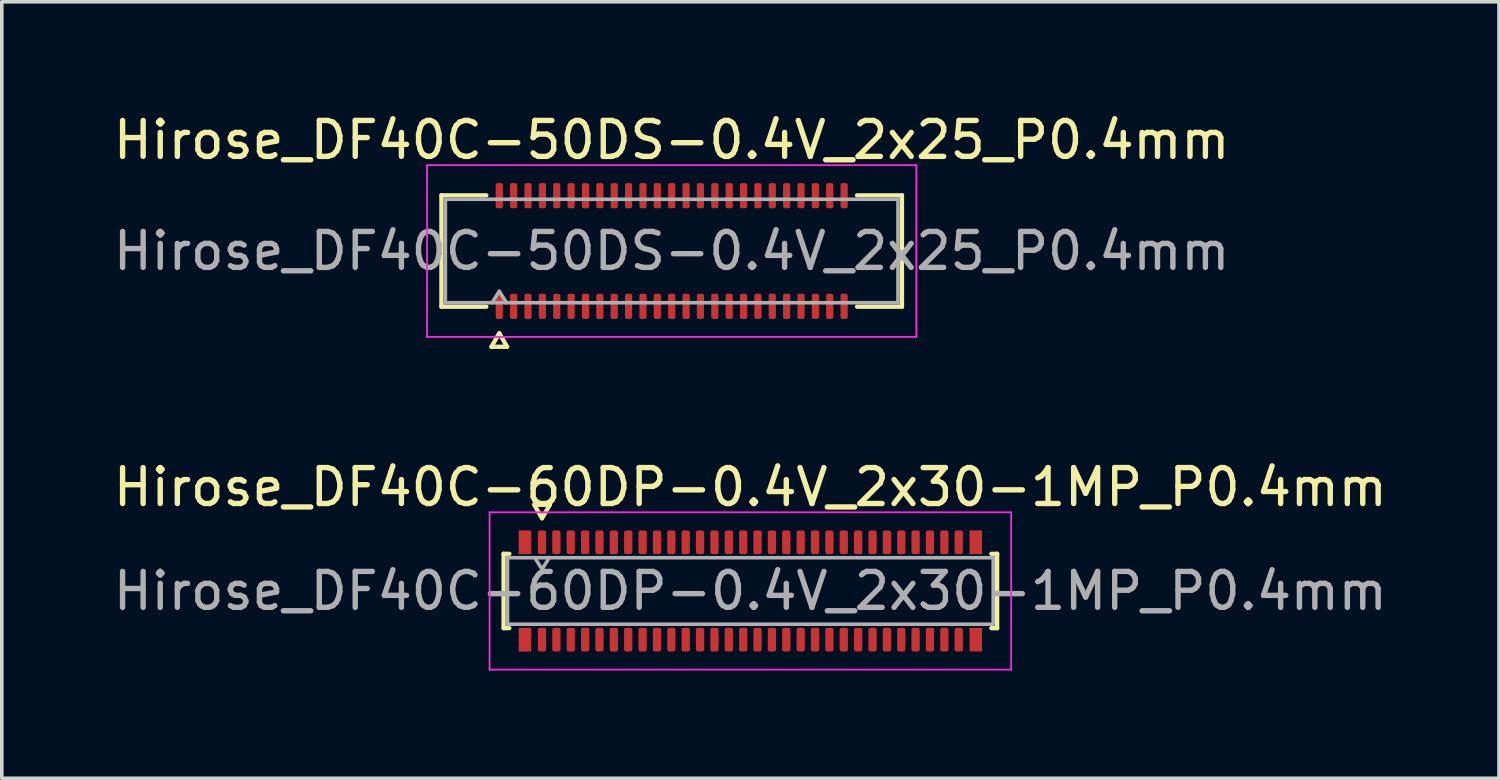
<source format=kicad_pcb>
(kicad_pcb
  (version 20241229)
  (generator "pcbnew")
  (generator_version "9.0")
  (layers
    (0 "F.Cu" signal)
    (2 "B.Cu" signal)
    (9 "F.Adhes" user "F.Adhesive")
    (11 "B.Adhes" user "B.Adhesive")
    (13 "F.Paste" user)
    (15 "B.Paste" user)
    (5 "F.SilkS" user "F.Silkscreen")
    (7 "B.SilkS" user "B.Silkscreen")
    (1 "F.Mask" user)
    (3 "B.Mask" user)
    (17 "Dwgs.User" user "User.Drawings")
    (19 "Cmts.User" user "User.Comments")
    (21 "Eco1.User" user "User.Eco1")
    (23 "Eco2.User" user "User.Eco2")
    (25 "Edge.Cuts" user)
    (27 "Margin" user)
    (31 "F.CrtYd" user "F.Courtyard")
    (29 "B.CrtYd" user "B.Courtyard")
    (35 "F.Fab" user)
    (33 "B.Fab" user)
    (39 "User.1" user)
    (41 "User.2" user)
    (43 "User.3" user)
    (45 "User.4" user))
  (footprint "Hirose_DF40C-50DS-0.4V_2x25_P0.4mm"
    (layer "F.Cu")
    (at 15.649 3.938)
    (property "Reference" "Hirose_DF40C-50DS-0.4V_2x25_P0.4mm" (at 0 -3.09 0) (layer "F.SilkS") (effects (font (size 1 1) (thickness 0.15))))
    (attr smd)
    (fp_line (start -6.41 -1.55) (end -5.16 -1.55) (stroke (width 0.12) (type solid)) (layer "F.SilkS"))
    (fp_line (start -6.41 1.55) (end -6.41 -1.55) (stroke (width 0.12) (type solid)) (layer "F.SilkS"))
    (fp_line (start -5.16 1.55) (end -6.41 1.55) (stroke (width 0.12) (type solid)) (layer "F.SilkS"))
    (fp_line (start -5.017 2.665) (end -4.8 2.29) (stroke (width 0.12) (type solid)) (layer "F.SilkS"))
    (fp_line (start -4.8 2.29) (end -4.583 2.665) (stroke (width 0.12) (type solid)) (layer "F.SilkS"))
    (fp_line (start -4.583 2.665) (end -5.017 2.665) (stroke (width 0.12) (type solid)) (layer "F.SilkS"))
    (fp_line (start 5.16 -1.55) (end 6.41 -1.55) (stroke (width 0.12) (type solid)) (layer "F.SilkS"))
    (fp_line (start 6.41 -1.55) (end 6.41 1.55) (stroke (width 0.12) (type solid)) (layer "F.SilkS"))
    (fp_line (start 6.41 1.55) (end 5.16 1.55) (stroke (width 0.12) (type solid)) (layer "F.SilkS"))
    (fp_line (start -6.81 -2.39) (end -6.81 2.39) (stroke (width 0.05) (type solid)) (layer "F.CrtYd"))
    (fp_line (start -6.81 2.39) (end 6.81 2.39) (stroke (width 0.05) (type solid)) (layer "F.CrtYd"))
    (fp_line (start 6.81 -2.39) (end -6.81 -2.39) (stroke (width 0.05) (type solid)) (layer "F.CrtYd"))
    (fp_line (start 6.81 2.39) (end 6.81 -2.39) (stroke (width 0.05) (type solid)) (layer "F.CrtYd"))
    (fp_line (start -6.3 -1.44) (end 6.3 -1.44) (stroke (width 0.1) (type solid)) (layer "F.Fab"))
    (fp_line (start -6.3 1.44) (end -6.3 -1.44) (stroke (width 0.1) (type solid)) (layer "F.Fab"))
    (fp_line (start -5 1.44) (end -4.8 1.12) (stroke (width 0.1) (type solid)) (layer "F.Fab"))
    (fp_line (start -4.8 1.12) (end -4.6 1.44) (stroke (width 0.1) (type solid)) (layer "F.Fab"))
    (fp_line (start 6.3 -1.44) (end 6.3 1.44) (stroke (width 0.1) (type solid)) (layer "F.Fab"))
    (fp_line (start 6.3 1.44) (end -6.3 1.44) (stroke (width 0.1) (type solid)) (layer "F.Fab"))
    (fp_text user "${REFERENCE}" (at 0 0 0) (layer "F.Fab") (effects (font (size 1 1) (thickness 0.15))))
    (pad "1" smd roundrect (at -4.8 1.54) (size 0.2 0.7) (layers "F.Cu" "F.Mask" "F.Paste") (roundrect_rratio 0.25))
    (pad "2" smd roundrect (at -4.8 -1.54) (size 0.2 0.7) (layers "F.Cu" "F.Mask" "F.Paste") (roundrect_rratio 0.25))
    (pad "3" smd roundrect (at -4.4 1.54) (size 0.2 0.7) (layers "F.Cu" "F.Mask" "F.Paste") (roundrect_rratio 0.25))
    (pad "4" smd roundrect (at -4.4 -1.54) (size 0.2 0.7) (layers "F.Cu" "F.Mask" "F.Paste") (roundrect_rratio 0.25))
    (pad "5" smd roundrect (at -4 1.54) (size 0.2 0.7) (layers "F.Cu" "F.Mask" "F.Paste") (roundrect_rratio 0.25))
    (pad "6" smd roundrect (at -4 -1.54) (size 0.2 0.7) (layers "F.Cu" "F.Mask" "F.Paste") (roundrect_rratio 0.25))
    (pad "7" smd roundrect (at -3.6 1.54) (size 0.2 0.7) (layers "F.Cu" "F.Mask" "F.Paste") (roundrect_rratio 0.25))
    (pad "8" smd roundrect (at -3.6 -1.54) (size 0.2 0.7) (layers "F.Cu" "F.Mask" "F.Paste") (roundrect_rratio 0.25))
    (pad "9" smd roundrect (at -3.2 1.54) (size 0.2 0.7) (layers "F.Cu" "F.Mask" "F.Paste") (roundrect_rratio 0.25))
    (pad "10" smd roundrect (at -3.2 -1.54) (size 0.2 0.7) (layers "F.Cu" "F.Mask" "F.Paste") (roundrect_rratio 0.25))
    (pad "11" smd roundrect (at -2.8 1.54) (size 0.2 0.7) (layers "F.Cu" "F.Mask" "F.Paste") (roundrect_rratio 0.25))
    (pad "12" smd roundrect (at -2.8 -1.54) (size 0.2 0.7) (layers "F.Cu" "F.Mask" "F.Paste") (roundrect_rratio 0.25))
    (pad "13" smd roundrect (at -2.4 1.54) (size 0.2 0.7) (layers "F.Cu" "F.Mask" "F.Paste") (roundrect_rratio 0.25))
    (pad "14" smd roundrect (at -2.4 -1.54) (size 0.2 0.7) (layers "F.Cu" "F.Mask" "F.Paste") (roundrect_rratio 0.25))
    (pad "15" smd roundrect (at -2 1.54) (size 0.2 0.7) (layers "F.Cu" "F.Mask" "F.Paste") (roundrect_rratio 0.25))
    (pad "16" smd roundrect (at -2 -1.54) (size 0.2 0.7) (layers "F.Cu" "F.Mask" "F.Paste") (roundrect_rratio 0.25))
    (pad "17" smd roundrect (at -1.6 1.54) (size 0.2 0.7) (layers "F.Cu" "F.Mask" "F.Paste") (roundrect_rratio 0.25))
    (pad "18" smd roundrect (at -1.6 -1.54) (size 0.2 0.7) (layers "F.Cu" "F.Mask" "F.Paste") (roundrect_rratio 0.25))
    (pad "19" smd roundrect (at -1.2 1.54) (size 0.2 0.7) (layers "F.Cu" "F.Mask" "F.Paste") (roundrect_rratio 0.25))
    (pad "20" smd roundrect (at -1.2 -1.54) (size 0.2 0.7) (layers "F.Cu" "F.Mask" "F.Paste") (roundrect_rratio 0.25))
    (pad "21" smd roundrect (at -0.8 1.54) (size 0.2 0.7) (layers "F.Cu" "F.Mask" "F.Paste") (roundrect_rratio 0.25))
    (pad "22" smd roundrect (at -0.8 -1.54) (size 0.2 0.7) (layers "F.Cu" "F.Mask" "F.Paste") (roundrect_rratio 0.25))
    (pad "23" smd roundrect (at -0.4 1.54) (size 0.2 0.7) (layers "F.Cu" "F.Mask" "F.Paste") (roundrect_rratio 0.25))
    (pad "24" smd roundrect (at -0.4 -1.54) (size 0.2 0.7) (layers "F.Cu" "F.Mask" "F.Paste") (roundrect_rratio 0.25))
    (pad "25" smd roundrect (at 0 1.54) (size 0.2 0.7) (layers "F.Cu" "F.Mask" "F.Paste") (roundrect_rratio 0.25))
    (pad "26" smd roundrect (at 0 -1.54) (size 0.2 0.7) (layers "F.Cu" "F.Mask" "F.Paste") (roundrect_rratio 0.25))
    (pad "27" smd roundrect (at 0.4 1.54) (size 0.2 0.7) (layers "F.Cu" "F.Mask" "F.Paste") (roundrect_rratio 0.25))
    (pad "28" smd roundrect (at 0.4 -1.54) (size 0.2 0.7) (layers "F.Cu" "F.Mask" "F.Paste") (roundrect_rratio 0.25))
    (pad "29" smd roundrect (at 0.8 1.54) (size 0.2 0.7) (layers "F.Cu" "F.Mask" "F.Paste") (roundrect_rratio 0.25))
    (pad "30" smd roundrect (at 0.8 -1.54) (size 0.2 0.7) (layers "F.Cu" "F.Mask" "F.Paste") (roundrect_rratio 0.25))
    (pad "31" smd roundrect (at 1.2 1.54) (size 0.2 0.7) (layers "F.Cu" "F.Mask" "F.Paste") (roundrect_rratio 0.25))
    (pad "32" smd roundrect (at 1.2 -1.54) (size 0.2 0.7) (layers "F.Cu" "F.Mask" "F.Paste") (roundrect_rratio 0.25))
    (pad "33" smd roundrect (at 1.6 1.54) (size 0.2 0.7) (layers "F.Cu" "F.Mask" "F.Paste") (roundrect_rratio 0.25))
    (pad "34" smd roundrect (at 1.6 -1.54) (size 0.2 0.7) (layers "F.Cu" "F.Mask" "F.Paste") (roundrect_rratio 0.25))
    (pad "35" smd roundrect (at 2 1.54) (size 0.2 0.7) (layers "F.Cu" "F.Mask" "F.Paste") (roundrect_rratio 0.25))
    (pad "36" smd roundrect (at 2 -1.54) (size 0.2 0.7) (layers "F.Cu" "F.Mask" "F.Paste") (roundrect_rratio 0.25))
    (pad "37" smd roundrect (at 2.4 1.54) (size 0.2 0.7) (layers "F.Cu" "F.Mask" "F.Paste") (roundrect_rratio 0.25))
    (pad "38" smd roundrect (at 2.4 -1.54) (size 0.2 0.7) (layers "F.Cu" "F.Mask" "F.Paste") (roundrect_rratio 0.25))
    (pad "39" smd roundrect (at 2.8 1.54) (size 0.2 0.7) (layers "F.Cu" "F.Mask" "F.Paste") (roundrect_rratio 0.25))
    (pad "40" smd roundrect (at 2.8 -1.54) (size 0.2 0.7) (layers "F.Cu" "F.Mask" "F.Paste") (roundrect_rratio 0.25))
    (pad "41" smd roundrect (at 3.2 1.54) (size 0.2 0.7) (layers "F.Cu" "F.Mask" "F.Paste") (roundrect_rratio 0.25))
    (pad "42" smd roundrect (at 3.2 -1.54) (size 0.2 0.7) (layers "F.Cu" "F.Mask" "F.Paste") (roundrect_rratio 0.25))
    (pad "43" smd roundrect (at 3.6 1.54) (size 0.2 0.7) (layers "F.Cu" "F.Mask" "F.Paste") (roundrect_rratio 0.25))
    (pad "44" smd roundrect (at 3.6 -1.54) (size 0.2 0.7) (layers "F.Cu" "F.Mask" "F.Paste") (roundrect_rratio 0.25))
    (pad "45" smd roundrect (at 4 1.54) (size 0.2 0.7) (layers "F.Cu" "F.Mask" "F.Paste") (roundrect_rratio 0.25))
    (pad "46" smd roundrect (at 4 -1.54) (size 0.2 0.7) (layers "F.Cu" "F.Mask" "F.Paste") (roundrect_rratio 0.25))
    (pad "47" smd roundrect (at 4.4 1.54) (size 0.2 0.7) (layers "F.Cu" "F.Mask" "F.Paste") (roundrect_rratio 0.25))
    (pad "48" smd roundrect (at 4.4 -1.54) (size 0.2 0.7) (layers "F.Cu" "F.Mask" "F.Paste") (roundrect_rratio 0.25))
    (pad "49" smd roundrect (at 4.8 1.54) (size 0.2 0.7) (layers "F.Cu" "F.Mask" "F.Paste") (roundrect_rratio 0.25))
    (pad "50" smd roundrect (at 4.8 -1.54) (size 0.2 0.7) (layers "F.Cu" "F.Mask" "F.Paste") (roundrect_rratio 0.25)))
  (footprint "Hirose_DF40C-60DP-0.4V_2x30-1MP_P0.4mm"
    (layer "F.Cu")
    (at 17.839 13.402)
    (property "Reference" "Hirose_DF40C-60DP-0.4V_2x30-1MP_P0.4mm" (at 0 -2.89 0) (layer "F.SilkS") (effects (font (size 1 1) (thickness 0.15))))
    (attr smd)
    (fp_line (start -6.87 -1.035) (end -6.71 -1.035) (stroke (width 0.12) (type solid)) (layer "F.SilkS"))
    (fp_line (start -6.87 1.035) (end -6.87 -1.035) (stroke (width 0.12) (type solid)) (layer "F.SilkS"))
    (fp_line (start -6.71 1.035) (end -6.87 1.035) (stroke (width 0.12) (type solid)) (layer "F.SilkS"))
    (fp_line (start -6.017 -2.4) (end -5.8 -2.025) (stroke (width 0.12) (type solid)) (layer "F.SilkS"))
    (fp_line (start -5.8 -2.025) (end -5.583 -2.4) (stroke (width 0.12) (type solid)) (layer "F.SilkS"))
    (fp_line (start -5.583 -2.4) (end -6.017 -2.4) (stroke (width 0.12) (type solid)) (layer "F.SilkS"))
    (fp_line (start 6.71 -1.035) (end 6.87 -1.035) (stroke (width 0.12) (type solid)) (layer "F.SilkS"))
    (fp_line (start 6.87 -1.035) (end 6.87 1.035) (stroke (width 0.12) (type solid)) (layer "F.SilkS"))
    (fp_line (start 6.87 1.035) (end 6.71 1.035) (stroke (width 0.12) (type solid)) (layer "F.SilkS"))
    (fp_line (start -7.26 -2.19) (end -7.26 2.19) (stroke (width 0.05) (type solid)) (layer "F.CrtYd"))
    (fp_line (start -7.26 2.19) (end 7.26 2.19) (stroke (width 0.05) (type solid)) (layer "F.CrtYd"))
    (fp_line (start 7.26 -2.19) (end -7.26 -2.19) (stroke (width 0.05) (type solid)) (layer "F.CrtYd"))
    (fp_line (start 7.26 2.19) (end 7.26 -2.19) (stroke (width 0.05) (type solid)) (layer "F.CrtYd"))
    (fp_line (start -6.76 -0.925) (end 6.76 -0.925) (stroke (width 0.1) (type solid)) (layer "F.Fab"))
    (fp_line (start -6.76 0.925) (end -6.76 -0.925) (stroke (width 0.1) (type solid)) (layer "F.Fab"))
    (fp_line (start -6 -0.925) (end -5.8 -0.605) (stroke (width 0.1) (type solid)) (layer "F.Fab"))
    (fp_line (start -5.8 -0.605) (end -5.6 -0.925) (stroke (width 0.1) (type solid)) (layer "F.Fab"))
    (fp_line (start 6.76 -0.925) (end 6.76 0.925) (stroke (width 0.1) (type solid)) (layer "F.Fab"))
    (fp_line (start 6.76 0.925) (end -6.76 0.925) (stroke (width 0.1) (type solid)) (layer "F.Fab"))
    (fp_text user "${REFERENCE}" (at 0 0 0) (layer "F.Fab") (effects (font (size 1 1) (thickness 0.15))))
    (pad "1" smd roundrect (at -5.8 -1.355) (size 0.23 0.66) (layers "F.Cu" "F.Mask" "F.Paste") (roundrect_rratio 0.25))
    (pad "2" smd roundrect (at -5.8 1.355) (size 0.23 0.66) (layers "F.Cu" "F.Mask" "F.Paste") (roundrect_rratio 0.25))
    (pad "3" smd roundrect (at -5.4 -1.355) (size 0.23 0.66) (layers "F.Cu" "F.Mask" "F.Paste") (roundrect_rratio 0.25))
    (pad "4" smd roundrect (at -5.4 1.355) (size 0.23 0.66) (layers "F.Cu" "F.Mask" "F.Paste") (roundrect_rratio 0.25))
    (pad "5" smd roundrect (at -5 -1.355) (size 0.23 0.66) (layers "F.Cu" "F.Mask" "F.Paste") (roundrect_rratio 0.25))
    (pad "6" smd roundrect (at -5 1.355) (size 0.23 0.66) (layers "F.Cu" "F.Mask" "F.Paste") (roundrect_rratio 0.25))
    (pad "7" smd roundrect (at -4.6 -1.355) (size 0.23 0.66) (layers "F.Cu" "F.Mask" "F.Paste") (roundrect_rratio 0.25))
    (pad "8" smd roundrect (at -4.6 1.355) (size 0.23 0.66) (layers "F.Cu" "F.Mask" "F.Paste") (roundrect_rratio 0.25))
    (pad "9" smd roundrect (at -4.2 -1.355) (size 0.23 0.66) (layers "F.Cu" "F.Mask" "F.Paste") (roundrect_rratio 0.25))
    (pad "10" smd roundrect (at -4.2 1.355) (size 0.23 0.66) (layers "F.Cu" "F.Mask" "F.Paste") (roundrect_rratio 0.25))
    (pad "11" smd roundrect (at -3.8 -1.355) (size 0.23 0.66) (layers "F.Cu" "F.Mask" "F.Paste") (roundrect_rratio 0.25))
    (pad "12" smd roundrect (at -3.8 1.355) (size 0.23 0.66) (layers "F.Cu" "F.Mask" "F.Paste") (roundrect_rratio 0.25))
    (pad "13" smd roundrect (at -3.4 -1.355) (size 0.23 0.66) (layers "F.Cu" "F.Mask" "F.Paste") (roundrect_rratio 0.25))
    (pad "14" smd roundrect (at -3.4 1.355) (size 0.23 0.66) (layers "F.Cu" "F.Mask" "F.Paste") (roundrect_rratio 0.25))
    (pad "15" smd roundrect (at -3 -1.355) (size 0.23 0.66) (layers "F.Cu" "F.Mask" "F.Paste") (roundrect_rratio 0.25))
    (pad "16" smd roundrect (at -3 1.355) (size 0.23 0.66) (layers "F.Cu" "F.Mask" "F.Paste") (roundrect_rratio 0.25))
    (pad "17" smd roundrect (at -2.6 -1.355) (size 0.23 0.66) (layers "F.Cu" "F.Mask" "F.Paste") (roundrect_rratio 0.25))
    (pad "18" smd roundrect (at -2.6 1.355) (size 0.23 0.66) (layers "F.Cu" "F.Mask" "F.Paste") (roundrect_rratio 0.25))
    (pad "19" smd roundrect (at -2.2 -1.355) (size 0.23 0.66) (layers "F.Cu" "F.Mask" "F.Paste") (roundrect_rratio 0.25))
    (pad "20" smd roundrect (at -2.2 1.355) (size 0.23 0.66) (layers "F.Cu" "F.Mask" "F.Paste") (roundrect_rratio 0.25))
    (pad "21" smd roundrect (at -1.8 -1.355) (size 0.23 0.66) (layers "F.Cu" "F.Mask" "F.Paste") (roundrect_rratio 0.25))
    (pad "22" smd roundrect (at -1.8 1.355) (size 0.23 0.66) (layers "F.Cu" "F.Mask" "F.Paste") (roundrect_rratio 0.25))
    (pad "23" smd roundrect (at -1.4 -1.355) (size 0.23 0.66) (layers "F.Cu" "F.Mask" "F.Paste") (roundrect_rratio 0.25))
    (pad "24" smd roundrect (at -1.4 1.355) (size 0.23 0.66) (layers "F.Cu" "F.Mask" "F.Paste") (roundrect_rratio 0.25))
    (pad "25" smd roundrect (at -1 -1.355) (size 0.23 0.66) (layers "F.Cu" "F.Mask" "F.Paste") (roundrect_rratio 0.25))
    (pad "26" smd roundrect (at -1 1.355) (size 0.23 0.66) (layers "F.Cu" "F.Mask" "F.Paste") (roundrect_rratio 0.25))
    (pad "27" smd roundrect (at -0.6 -1.355) (size 0.23 0.66) (layers "F.Cu" "F.Mask" "F.Paste") (roundrect_rratio 0.25))
    (pad "28" smd roundrect (at -0.6 1.355) (size 0.23 0.66) (layers "F.Cu" "F.Mask" "F.Paste") (roundrect_rratio 0.25))
    (pad "29" smd roundrect (at -0.2 -1.355) (size 0.23 0.66) (layers "F.Cu" "F.Mask" "F.Paste") (roundrect_rratio 0.25))
    (pad "30" smd roundrect (at -0.2 1.355) (size 0.23 0.66) (layers "F.Cu" "F.Mask" "F.Paste") (roundrect_rratio 0.25))
    (pad "31" smd roundrect (at 0.2 -1.355) (size 0.23 0.66) (layers "F.Cu" "F.Mask" "F.Paste") (roundrect_rratio 0.25))
    (pad "32" smd roundrect (at 0.2 1.355) (size 0.23 0.66) (layers "F.Cu" "F.Mask" "F.Paste") (roundrect_rratio 0.25))
    (pad "33" smd roundrect (at 0.6 -1.355) (size 0.23 0.66) (layers "F.Cu" "F.Mask" "F.Paste") (roundrect_rratio 0.25))
    (pad "34" smd roundrect (at 0.6 1.355) (size 0.23 0.66) (layers "F.Cu" "F.Mask" "F.Paste") (roundrect_rratio 0.25))
    (pad "35" smd roundrect (at 1 -1.355) (size 0.23 0.66) (layers "F.Cu" "F.Mask" "F.Paste") (roundrect_rratio 0.25))
    (pad "36" smd roundrect (at 1 1.355) (size 0.23 0.66) (layers "F.Cu" "F.Mask" "F.Paste") (roundrect_rratio 0.25))
    (pad "37" smd roundrect (at 1.4 -1.355) (size 0.23 0.66) (layers "F.Cu" "F.Mask" "F.Paste") (roundrect_rratio 0.25))
    (pad "38" smd roundrect (at 1.4 1.355) (size 0.23 0.66) (layers "F.Cu" "F.Mask" "F.Paste") (roundrect_rratio 0.25))
    (pad "39" smd roundrect (at 1.8 -1.355) (size 0.23 0.66) (layers "F.Cu" "F.Mask" "F.Paste") (roundrect_rratio 0.25))
    (pad "40" smd roundrect (at 1.8 1.355) (size 0.23 0.66) (layers "F.Cu" "F.Mask" "F.Paste") (roundrect_rratio 0.25))
    (pad "41" smd roundrect (at 2.2 -1.355) (size 0.23 0.66) (layers "F.Cu" "F.Mask" "F.Paste") (roundrect_rratio 0.25))
    (pad "42" smd roundrect (at 2.2 1.355) (size 0.23 0.66) (layers "F.Cu" "F.Mask" "F.Paste") (roundrect_rratio 0.25))
    (pad "43" smd roundrect (at 2.6 -1.355) (size 0.23 0.66) (layers "F.Cu" "F.Mask" "F.Paste") (roundrect_rratio 0.25))
    (pad "44" smd roundrect (at 2.6 1.355) (size 0.23 0.66) (layers "F.Cu" "F.Mask" "F.Paste") (roundrect_rratio 0.25))
    (pad "45" smd roundrect (at 3 -1.355) (size 0.23 0.66) (layers "F.Cu" "F.Mask" "F.Paste") (roundrect_rratio 0.25))
    (pad "46" smd roundrect (at 3 1.355) (size 0.23 0.66) (layers "F.Cu" "F.Mask" "F.Paste") (roundrect_rratio 0.25))
    (pad "47" smd roundrect (at 3.4 -1.355) (size 0.23 0.66) (layers "F.Cu" "F.Mask" "F.Paste") (roundrect_rratio 0.25))
    (pad "48" smd roundrect (at 3.4 1.355) (size 0.23 0.66) (layers "F.Cu" "F.Mask" "F.Paste") (roundrect_rratio 0.25))
    (pad "49" smd roundrect (at 3.8 -1.355) (size 0.23 0.66) (layers "F.Cu" "F.Mask" "F.Paste") (roundrect_rratio 0.25))
    (pad "50" smd roundrect (at 3.8 1.355) (size 0.23 0.66) (layers "F.Cu" "F.Mask" "F.Paste") (roundrect_rratio 0.25))
    (pad "51" smd roundrect (at 4.2 -1.355) (size 0.23 0.66) (layers "F.Cu" "F.Mask" "F.Paste") (roundrect_rratio 0.25))
    (pad "52" smd roundrect (at 4.2 1.355) (size 0.23 0.66) (layers "F.Cu" "F.Mask" "F.Paste") (roundrect_rratio 0.25))
    (pad "53" smd roundrect (at 4.6 -1.355) (size 0.23 0.66) (layers "F.Cu" "F.Mask" "F.Paste") (roundrect_rratio 0.25))
    (pad "54" smd roundrect (at 4.6 1.355) (size 0.23 0.66) (layers "F.Cu" "F.Mask" "F.Paste") (roundrect_rratio 0.25))
    (pad "55" smd roundrect (at 5 -1.355) (size 0.23 0.66) (layers "F.Cu" "F.Mask" "F.Paste") (roundrect_rratio 0.25))
    (pad "56" smd roundrect (at 5 1.355) (size 0.23 0.66) (layers "F.Cu" "F.Mask" "F.Paste") (roundrect_rratio 0.25))
    (pad "57" smd roundrect (at 5.4 -1.355) (size 0.23 0.66) (layers "F.Cu" "F.Mask" "F.Paste") (roundrect_rratio 0.25))
    (pad "58" smd roundrect (at 5.4 1.355) (size 0.23 0.66) (layers "F.Cu" "F.Mask" "F.Paste") (roundrect_rratio 0.25))
    (pad "59" smd roundrect (at 5.8 -1.355) (size 0.23 0.66) (layers "F.Cu" "F.Mask" "F.Paste") (roundrect_rratio 0.25))
    (pad "60" smd roundrect (at 5.8 1.355) (size 0.23 0.66) (layers "F.Cu" "F.Mask" "F.Paste") (roundrect_rratio 0.25))
    (pad "MP" smd rect (at -6.275 -1.355) (size 0.35 0.66) (layers "F.Cu" "F.Mask" "F.Paste"))
    (pad "MP" smd rect (at -6.275 1.355) (size 0.35 0.66) (layers "F.Cu" "F.Mask" "F.Paste"))
    (pad "MP" smd rect (at 6.275 -1.355) (size 0.35 0.66) (layers "F.Cu" "F.Mask" "F.Paste"))
    (pad "MP" smd rect (at 6.275 1.355) (size 0.35 0.66) (layers "F.Cu" "F.Mask" "F.Paste")))
  (gr_rect
    (start -3 -3)
    (end 38.679 18.616)
    (stroke (width 0.1) (type default))
    (fill no)
    (layer "Edge.Cuts")))
</source>
